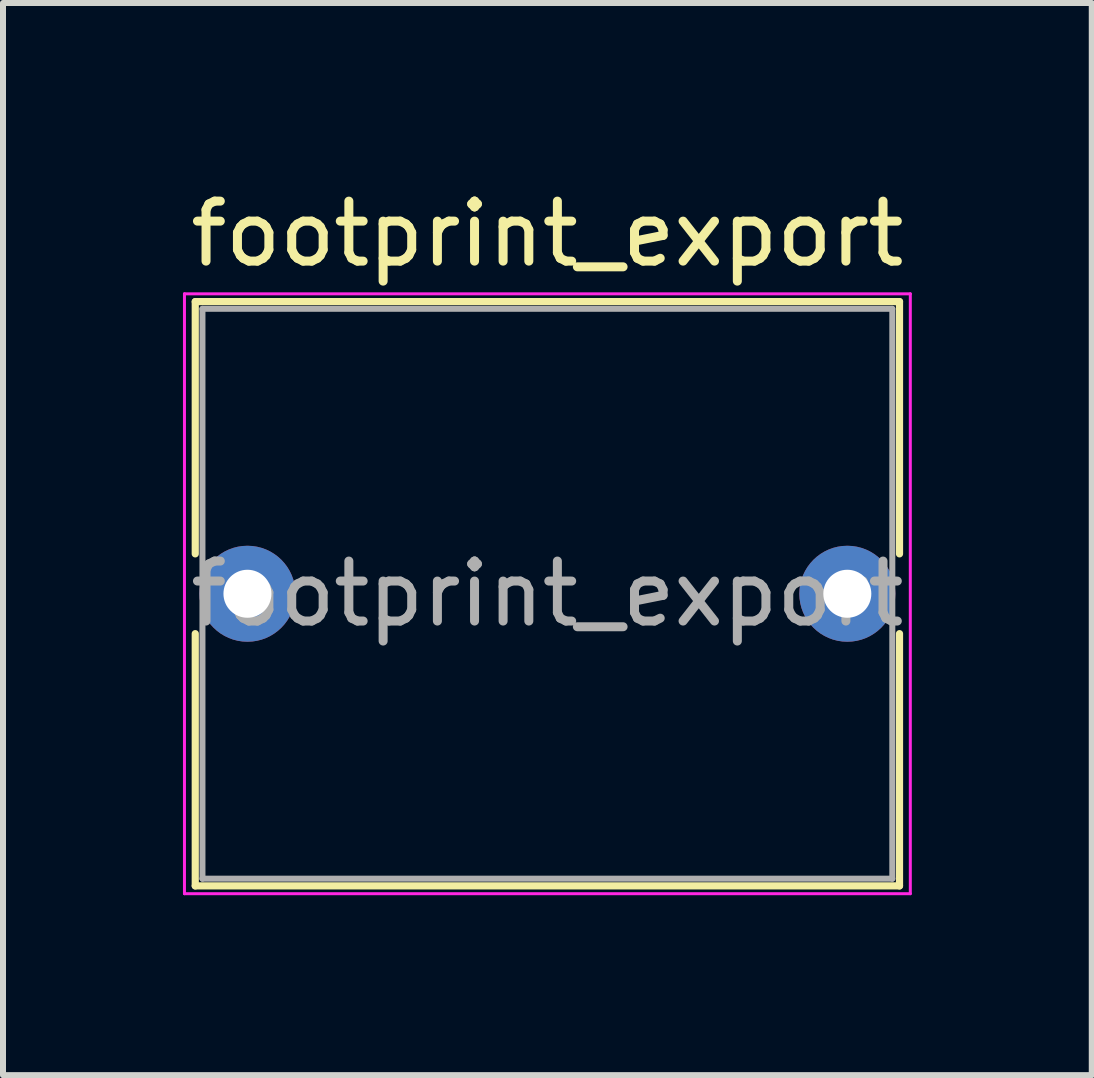
<source format=kicad_pcb>
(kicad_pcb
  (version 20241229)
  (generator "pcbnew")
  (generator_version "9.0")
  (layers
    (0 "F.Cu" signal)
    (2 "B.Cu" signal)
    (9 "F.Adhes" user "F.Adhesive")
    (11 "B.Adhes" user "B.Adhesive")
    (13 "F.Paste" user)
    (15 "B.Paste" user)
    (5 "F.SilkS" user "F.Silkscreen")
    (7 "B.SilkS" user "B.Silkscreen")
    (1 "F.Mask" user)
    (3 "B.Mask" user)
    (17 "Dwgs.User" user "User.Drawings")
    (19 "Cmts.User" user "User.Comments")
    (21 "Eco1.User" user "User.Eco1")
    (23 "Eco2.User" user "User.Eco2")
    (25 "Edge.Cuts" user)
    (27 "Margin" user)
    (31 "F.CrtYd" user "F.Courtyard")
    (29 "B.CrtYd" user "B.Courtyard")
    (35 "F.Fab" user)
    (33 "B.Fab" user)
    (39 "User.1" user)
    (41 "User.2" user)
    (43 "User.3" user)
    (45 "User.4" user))
  (footprint "footprint_export"
    (layer "F.Cu")
    (at 1.075 6.848)
    (property "Reference" "footprint_export" (at 5 -6 0) (layer "F.SilkS") (effects (font (size 1 1) (thickness 0.15))))
    (attr through_hole)
    (fp_line (start -0.87 -4.87) (end -0.87 -0.665) (stroke (width 0.12) (type solid)) (layer "F.SilkS"))
    (fp_line (start -0.87 -4.87) (end 10.87 -4.87) (stroke (width 0.12) (type solid)) (layer "F.SilkS"))
    (fp_line (start -0.87 0.665) (end -0.87 4.87) (stroke (width 0.12) (type solid)) (layer "F.SilkS"))
    (fp_line (start -0.87 4.87) (end 10.87 4.87) (stroke (width 0.12) (type solid)) (layer "F.SilkS"))
    (fp_line (start 10.87 -4.87) (end 10.87 -0.665) (stroke (width 0.12) (type solid)) (layer "F.SilkS"))
    (fp_line (start 10.87 0.665) (end 10.87 4.87) (stroke (width 0.12) (type solid)) (layer "F.SilkS"))
    (fp_line (start -1.05 -5) (end -1.05 5) (stroke (width 0.05) (type solid)) (layer "F.CrtYd"))
    (fp_line (start -1.05 5) (end 11.05 5) (stroke (width 0.05) (type solid)) (layer "F.CrtYd"))
    (fp_line (start 11.05 -5) (end -1.05 -5) (stroke (width 0.05) (type solid)) (layer "F.CrtYd"))
    (fp_line (start 11.05 5) (end 11.05 -5) (stroke (width 0.05) (type solid)) (layer "F.CrtYd"))
    (fp_line (start -0.75 -4.75) (end -0.75 4.75) (stroke (width 0.1) (type solid)) (layer "F.Fab"))
    (fp_line (start -0.75 4.75) (end 10.75 4.75) (stroke (width 0.1) (type solid)) (layer "F.Fab"))
    (fp_line (start 10.75 -4.75) (end -0.75 -4.75) (stroke (width 0.1) (type solid)) (layer "F.Fab"))
    (fp_line (start 10.75 4.75) (end 10.75 -4.75) (stroke (width 0.1) (type solid)) (layer "F.Fab"))
    (fp_text user "${REFERENCE}" (at 5 0 0) (layer "F.Fab") (effects (font (size 1 1) (thickness 0.15))))
    (pad "1" thru_hole circle (at 0 0) (size 1.6 1.6) (drill 0.8) (layers "*.Cu" "*.Mask"))
    (pad "2" thru_hole circle (at 10 0) (size 1.6 1.6) (drill 0.8) (layers "*.Cu" "*.Mask")))
  (gr_rect
    (start -3 -3)
    (end 15.15 14.873)
    (stroke (width 0.1) (type default))
    (fill no)
    (layer "Edge.Cuts")))
</source>
